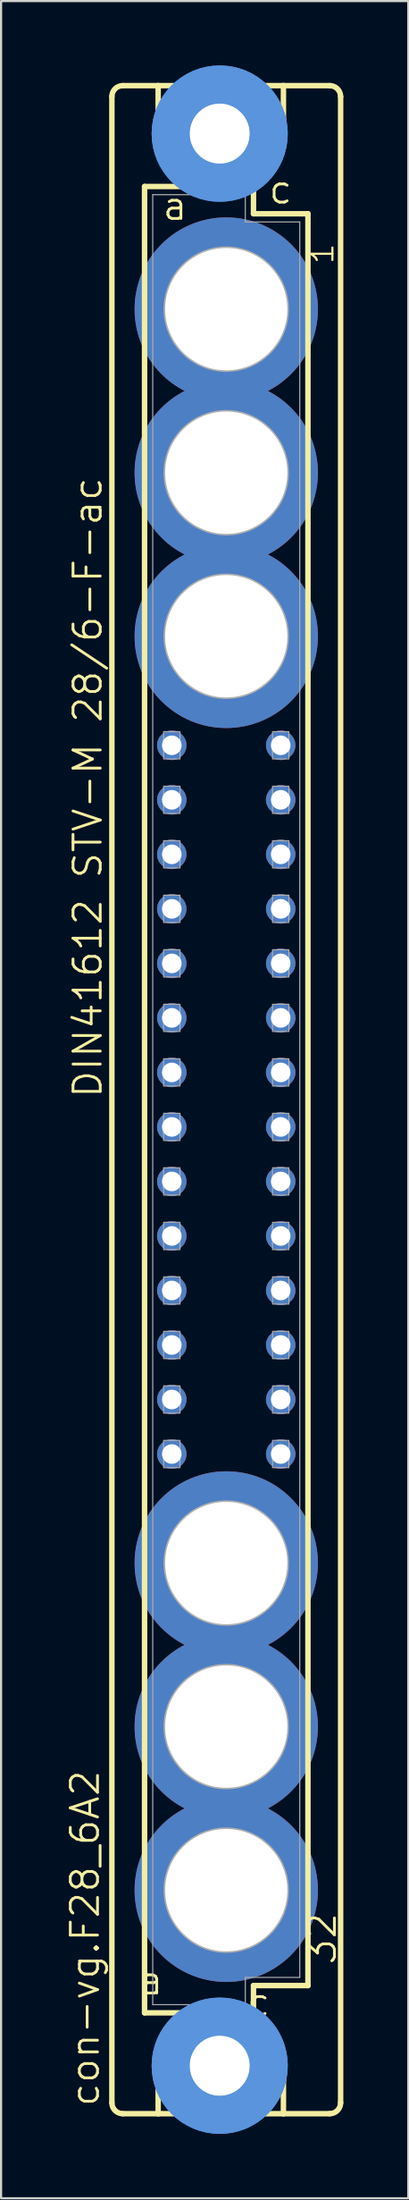
<source format=kicad_pcb>
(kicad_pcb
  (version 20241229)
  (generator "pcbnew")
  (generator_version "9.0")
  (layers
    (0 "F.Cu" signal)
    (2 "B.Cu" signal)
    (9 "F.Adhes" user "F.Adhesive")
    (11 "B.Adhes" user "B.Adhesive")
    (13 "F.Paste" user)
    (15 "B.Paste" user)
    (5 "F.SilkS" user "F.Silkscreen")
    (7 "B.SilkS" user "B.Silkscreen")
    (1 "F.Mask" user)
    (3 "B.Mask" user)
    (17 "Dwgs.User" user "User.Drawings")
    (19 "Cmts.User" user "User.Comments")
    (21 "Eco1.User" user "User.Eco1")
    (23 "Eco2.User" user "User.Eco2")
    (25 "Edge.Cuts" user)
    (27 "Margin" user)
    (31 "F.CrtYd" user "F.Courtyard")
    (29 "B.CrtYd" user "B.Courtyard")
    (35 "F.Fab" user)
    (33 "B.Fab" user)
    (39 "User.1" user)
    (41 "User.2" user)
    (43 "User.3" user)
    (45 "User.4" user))
  (footprint "con-vg.F28_6A2"
    (layer "F.Cu")
    (at 7.502 48.184)
    (property "Reference" "con-vg.F28_6A2" (at -5.842 46.99 90) (layer "F.SilkS") (effects (font (size 1.27 1.27) (thickness 0.13)) (justify left bottom)))
    (attr through_hole)
    (fp_line (start -5.334 46.736) (end -5.334 -46.736) (stroke (width 0.254) (type default)) (layer "F.SilkS"))
    (fp_line (start -4.826 -47.244) (end -3.175 -47.244) (stroke (width 0.254) (type default)) (layer "F.SilkS"))
    (fp_line (start -4.826 47.244) (end -3.175 47.244) (stroke (width 0.254) (type default)) (layer "F.SilkS"))
    (fp_line (start -3.81 -42.545) (end -3.81 42.545) (stroke (width 0.254) (type default)) (layer "F.SilkS"))
    (fp_line (start -3.81 42.545) (end -1.651 42.545) (stroke (width 0.254) (type default)) (layer "F.SilkS"))
    (fp_line (start -3.175 -47.244) (end -3.175 -44.45) (stroke (width 0.254) (type default)) (layer "F.SilkS"))
    (fp_line (start -3.175 47.244) (end -3.175 44.45) (stroke (width 0.254) (type default)) (layer "F.SilkS"))
    (fp_line (start -3.175 47.244) (end 2.667 47.244) (stroke (width 0.254) (type default)) (layer "F.SilkS"))
    (fp_line (start -1.651 -42.545) (end -3.81 -42.545) (stroke (width 0.254) (type default)) (layer "F.SilkS"))
    (fp_line (start -1.651 -42.545) (end -3.175 -44.45) (stroke (width 0.254) (type default)) (layer "F.SilkS"))
    (fp_line (start -1.651 42.545) (end -3.175 44.45) (stroke (width 0.254) (type default)) (layer "F.SilkS"))
    (fp_line (start -1.651 42.545) (end 1.143 42.545) (stroke (width 0.254) (type default)) (layer "F.SilkS"))
    (fp_line (start 1.143 -42.545) (end -1.651 -42.545) (stroke (width 0.254) (type default)) (layer "F.SilkS"))
    (fp_line (start 1.143 -42.545) (end 2.667 -44.45) (stroke (width 0.254) (type default)) (layer "F.SilkS"))
    (fp_line (start 1.143 42.545) (end 1.27 42.545) (stroke (width 0.254) (type default)) (layer "F.SilkS"))
    (fp_line (start 1.143 42.545) (end 2.667 44.45) (stroke (width 0.254) (type default)) (layer "F.SilkS"))
    (fp_line (start 1.27 -42.545) (end 1.143 -42.545) (stroke (width 0.254) (type default)) (layer "F.SilkS"))
    (fp_line (start 1.27 -41.275) (end 1.27 -42.545) (stroke (width 0.254) (type default)) (layer "F.SilkS"))
    (fp_line (start 1.27 41.275) (end 3.81 41.275) (stroke (width 0.254) (type default)) (layer "F.SilkS"))
    (fp_line (start 1.27 42.545) (end 1.27 41.275) (stroke (width 0.254) (type default)) (layer "F.SilkS"))
    (fp_line (start 2.667 -47.244) (end -3.175 -47.244) (stroke (width 0.254) (type default)) (layer "F.SilkS"))
    (fp_line (start 2.667 -47.244) (end 2.667 -44.45) (stroke (width 0.254) (type default)) (layer "F.SilkS"))
    (fp_line (start 2.667 47.244) (end 2.667 44.45) (stroke (width 0.254) (type default)) (layer "F.SilkS"))
    (fp_line (start 2.667 47.244) (end 4.826 47.244) (stroke (width 0.254) (type default)) (layer "F.SilkS"))
    (fp_line (start 3.81 -41.275) (end 1.27 -41.275) (stroke (width 0.254) (type default)) (layer "F.SilkS"))
    (fp_line (start 3.81 41.275) (end 3.81 -41.275) (stroke (width 0.254) (type default)) (layer "F.SilkS"))
    (fp_line (start 4.826 -47.244) (end 2.667 -47.244) (stroke (width 0.254) (type default)) (layer "F.SilkS"))
    (fp_line (start 5.334 46.736) (end 5.334 -46.736) (stroke (width 0.254) (type default)) (layer "F.SilkS"))
    (fp_arc (start -5.334 -46.736) (mid -5.18521 -47.09521) (end -4.826 -47.244) (stroke (width 0.254) (type default)) (layer "F.SilkS"))
    (fp_arc (start -4.826 47.244) (mid -5.18521 47.09521) (end -5.334 46.736) (stroke (width 0.254) (type default)) (layer "F.SilkS"))
    (fp_arc (start 4.826 -47.244) (mid 5.18521 -47.09521) (end 5.334 -46.736) (stroke (width 0.254) (type default)) (layer "F.SilkS"))
    (fp_arc (start 5.334 46.736) (mid 5.18521 47.09521) (end 4.826 47.244) (stroke (width 0.254) (type default)) (layer "F.SilkS"))
    (fp_circle (center -0.305 -45.009) (end 0.965 -45.009) (stroke (width 0.254) (type default)) (fill no) (layer "F.SilkS"))
    (fp_circle (center -0.305 45.009) (end 0.965 45.009) (stroke (width 0.254) (type default)) (fill no) (layer "F.SilkS"))
    (fp_circle (center -0.305 -45.009) (end 1.981 -45.009) (stroke (width 1.778) (type default)) (fill no) (layer "Cmts.User"))
    (fp_circle (center -0.305 -45.009) (end 1.981 -45.009) (stroke (width 1.778) (type default)) (fill no) (layer "Cmts.User"))
    (fp_circle (center -0.305 45.009) (end 1.981 45.009) (stroke (width 1.778) (type default)) (fill no) (layer "Cmts.User"))
    (fp_circle (center -0.305 45.009) (end 1.981 45.009) (stroke (width 1.778) (type default)) (fill no) (layer "Cmts.User"))
    (fp_line (start -3.429 -42.164) (end -3.429 42.164) (stroke (width 0.051) (type default)) (layer "F.Fab"))
    (fp_line (start -3.429 -42.164) (end 0.889 -42.164) (stroke (width 0.051) (type default)) (layer "F.Fab"))
    (fp_line (start -3.429 42.164) (end 0.889 42.164) (stroke (width 0.051) (type default)) (layer "F.Fab"))
    (fp_line (start 0.889 -42.164) (end 0.889 -40.894) (stroke (width 0.051) (type default)) (layer "F.Fab"))
    (fp_line (start 0.889 -40.894) (end 3.429 -40.894) (stroke (width 0.051) (type default)) (layer "F.Fab"))
    (fp_line (start 0.889 40.894) (end 3.429 40.894) (stroke (width 0.051) (type default)) (layer "F.Fab"))
    (fp_line (start 0.889 42.164) (end 0.889 40.894) (stroke (width 0.051) (type default)) (layer "F.Fab"))
    (fp_line (start 3.429 -40.894) (end 3.429 40.894) (stroke (width 0.051) (type default)) (layer "F.Fab"))
    (fp_rect (start -2.921 -15.875) (end -2.159 -17.145) (stroke (width 0.05) (type default)) (fill no) (layer "F.Fab"))
    (fp_rect (start -2.921 -13.335) (end -2.159 -14.605) (stroke (width 0.05) (type default)) (fill no) (layer "F.Fab"))
    (fp_rect (start -2.921 -10.795) (end -2.159 -12.065) (stroke (width 0.05) (type default)) (fill no) (layer "F.Fab"))
    (fp_rect (start -2.921 -8.255) (end -2.159 -9.525) (stroke (width 0.05) (type default)) (fill no) (layer "F.Fab"))
    (fp_rect (start -2.921 -5.715) (end -2.159 -6.985) (stroke (width 0.05) (type default)) (fill no) (layer "F.Fab"))
    (fp_rect (start -2.921 -3.175) (end -2.159 -4.445) (stroke (width 0.05) (type default)) (fill no) (layer "F.Fab"))
    (fp_rect (start -2.921 -0.635) (end -2.159 -1.905) (stroke (width 0.05) (type default)) (fill no) (layer "F.Fab"))
    (fp_rect (start -2.921 1.905) (end -2.159 0.635) (stroke (width 0.05) (type default)) (fill no) (layer "F.Fab"))
    (fp_rect (start -2.921 4.445) (end -2.159 3.175) (stroke (width 0.05) (type default)) (fill no) (layer "F.Fab"))
    (fp_rect (start -2.921 6.985) (end -2.159 5.715) (stroke (width 0.05) (type default)) (fill no) (layer "F.Fab"))
    (fp_rect (start -2.921 9.525) (end -2.159 8.255) (stroke (width 0.05) (type default)) (fill no) (layer "F.Fab"))
    (fp_rect (start -2.921 12.065) (end -2.159 10.795) (stroke (width 0.05) (type default)) (fill no) (layer "F.Fab"))
    (fp_rect (start -2.921 14.605) (end -2.159 13.335) (stroke (width 0.05) (type default)) (fill no) (layer "F.Fab"))
    (fp_rect (start -2.921 17.145) (end -2.159 15.875) (stroke (width 0.05) (type default)) (fill no) (layer "F.Fab"))
    (fp_rect (start 2.159 -15.875) (end 2.921 -17.145) (stroke (width 0.05) (type default)) (fill no) (layer "F.Fab"))
    (fp_rect (start 2.159 -13.335) (end 2.921 -14.605) (stroke (width 0.05) (type default)) (fill no) (layer "F.Fab"))
    (fp_rect (start 2.159 -10.795) (end 2.921 -12.065) (stroke (width 0.05) (type default)) (fill no) (layer "F.Fab"))
    (fp_rect (start 2.159 -8.255) (end 2.921 -9.525) (stroke (width 0.05) (type default)) (fill no) (layer "F.Fab"))
    (fp_rect (start 2.159 -5.715) (end 2.921 -6.985) (stroke (width 0.05) (type default)) (fill no) (layer "F.Fab"))
    (fp_rect (start 2.159 -3.175) (end 2.921 -4.445) (stroke (width 0.05) (type default)) (fill no) (layer "F.Fab"))
    (fp_rect (start 2.159 -0.635) (end 2.921 -1.905) (stroke (width 0.05) (type default)) (fill no) (layer "F.Fab"))
    (fp_rect (start 2.159 1.905) (end 2.921 0.635) (stroke (width 0.05) (type default)) (fill no) (layer "F.Fab"))
    (fp_rect (start 2.159 4.445) (end 2.921 3.175) (stroke (width 0.05) (type default)) (fill no) (layer "F.Fab"))
    (fp_rect (start 2.159 6.985) (end 2.921 5.715) (stroke (width 0.05) (type default)) (fill no) (layer "F.Fab"))
    (fp_rect (start 2.159 9.525) (end 2.921 8.255) (stroke (width 0.05) (type default)) (fill no) (layer "F.Fab"))
    (fp_rect (start 2.159 12.065) (end 2.921 10.795) (stroke (width 0.05) (type default)) (fill no) (layer "F.Fab"))
    (fp_rect (start 2.159 14.605) (end 2.921 13.335) (stroke (width 0.05) (type default)) (fill no) (layer "F.Fab"))
    (fp_rect (start 2.159 17.145) (end 2.921 15.875) (stroke (width 0.05) (type default)) (fill no) (layer "F.Fab"))
    (fp_circle (center 0 -36.83) (end 2.794 -36.83) (stroke (width 0.254) (type default)) (fill no) (layer "F.Fab"))
    (fp_circle (center 0 -29.21) (end 2.794 -29.21) (stroke (width 0.254) (type default)) (fill no) (layer "F.Fab"))
    (fp_circle (center 0 -21.59) (end 2.794 -21.59) (stroke (width 0.254) (type default)) (fill no) (layer "F.Fab"))
    (fp_circle (center 0 21.59) (end 2.794 21.59) (stroke (width 0.254) (type default)) (fill no) (layer "F.Fab"))
    (fp_circle (center 0 29.21) (end 2.794 29.21) (stroke (width 0.254) (type default)) (fill no) (layer "F.Fab"))
    (fp_circle (center 0 36.83) (end 2.794 36.83) (stroke (width 0.254) (type default)) (fill no) (layer "F.Fab"))
    (fp_text user "32" (at 5.207 40.386 90) (layer "F.SilkS") (effects (font (size 1.27 1.27) (thickness 0.13)) (justify left bottom)))
    (fp_text user "a " (at -4.175 41.783 0) (layer "F.SilkS") (effects (font (size 1.27 1.27) (thickness 0.13)) (justify left bottom)))
    (fp_text user "c" (at 1.905 -41.656 0) (layer "F.SilkS") (effects (font (size 1.27 1.27) (thickness 0.13)) (justify left bottom)))
    (fp_text user "a" (at -3.048 -40.894 0) (layer "F.SilkS") (effects (font (size 1.27 1.27) (thickness 0.13)) (justify left bottom)))
    (fp_text user "1" (at 5.08 -38.862 90) (layer "F.SilkS") (effects (font (size 1.016 1.016) (thickness 0.1)) (justify left bottom)))
    (fp_text user "DIN41612 STV-M 28/6-F-ac" (at -5.715 0 90) (layer "F.SilkS") (effects (font (size 1.27 1.27) (thickness 0.13)) (justify left bottom)))
    (fp_text user "c " (at 0.878 42.799 0) (layer "F.SilkS") (effects (font (size 1.27 1.27) (thickness 0.13)) (justify left bottom)))
    (pad "" np_thru_hole circle (at -0.305 -45.009) (size 2.794 2.794) (drill 2.794) (layers "*.Cu" "*.Mask"))
    (pad "" np_thru_hole circle (at -0.305 45.009) (size 2.794 2.794) (drill 2.794) (layers "*.Cu" "*.Mask"))
    (pad "1" thru_hole circle (at 0 -36.83) (size 8.55 8.55) (drill 5.7) (layers "*.Cu" "*.Mask"))
    (pad "2" thru_hole circle (at 0 -29.21) (size 8.55 8.55) (drill 5.7) (layers "*.Cu" "*.Mask"))
    (pad "3" thru_hole circle (at 0 -21.59) (size 8.55 8.55) (drill 5.7) (layers "*.Cu" "*.Mask"))
    (pad "4" thru_hole circle (at 0 21.59) (size 8.55 8.55) (drill 5.7) (layers "*.Cu" "*.Mask"))
    (pad "5" thru_hole circle (at 0 29.21) (size 8.55 8.55) (drill 5.7) (layers "*.Cu" "*.Mask"))
    (pad "6" thru_hole circle (at 0 36.83) (size 8.55 8.55) (drill 5.7) (layers "*.Cu" "*.Mask"))
    (pad "A10" thru_hole circle (at -2.54 -16.51) (size 1.372 1.372) (drill 0.914) (layers "*.Cu" "*.Mask"))
    (pad "A11" thru_hole circle (at -2.54 -13.97) (size 1.372 1.372) (drill 0.914) (layers "*.Cu" "*.Mask"))
    (pad "A12" thru_hole circle (at -2.54 -11.43) (size 1.372 1.372) (drill 0.914) (layers "*.Cu" "*.Mask"))
    (pad "A13" thru_hole circle (at -2.54 -8.89) (size 1.372 1.372) (drill 0.914) (layers "*.Cu" "*.Mask"))
    (pad "A14" thru_hole circle (at -2.54 -6.35) (size 1.372 1.372) (drill 0.914) (layers "*.Cu" "*.Mask"))
    (pad "A15" thru_hole circle (at -2.54 -3.81) (size 1.372 1.372) (drill 0.914) (layers "*.Cu" "*.Mask"))
    (pad "A16" thru_hole circle (at -2.54 -1.27) (size 1.372 1.372) (drill 0.914) (layers "*.Cu" "*.Mask"))
    (pad "A17" thru_hole circle (at -2.54 1.27) (size 1.372 1.372) (drill 0.914) (layers "*.Cu" "*.Mask"))
    (pad "A18" thru_hole circle (at -2.54 3.81) (size 1.372 1.372) (drill 0.914) (layers "*.Cu" "*.Mask"))
    (pad "A19" thru_hole circle (at -2.54 6.35) (size 1.372 1.372) (drill 0.914) (layers "*.Cu" "*.Mask"))
    (pad "A20" thru_hole circle (at -2.54 8.89) (size 1.372 1.372) (drill 0.914) (layers "*.Cu" "*.Mask"))
    (pad "A21" thru_hole circle (at -2.54 11.43) (size 1.372 1.372) (drill 0.914) (layers "*.Cu" "*.Mask"))
    (pad "A22" thru_hole circle (at -2.54 13.97) (size 1.372 1.372) (drill 0.914) (layers "*.Cu" "*.Mask"))
    (pad "A23" thru_hole circle (at -2.54 16.51) (size 1.372 1.372) (drill 0.914) (layers "*.Cu" "*.Mask"))
    (pad "C10" thru_hole circle (at 2.54 -16.51) (size 1.372 1.372) (drill 0.914) (layers "*.Cu" "*.Mask"))
    (pad "C11" thru_hole circle (at 2.54 -13.97) (size 1.372 1.372) (drill 0.914) (layers "*.Cu" "*.Mask"))
    (pad "C12" thru_hole circle (at 2.54 -11.43) (size 1.372 1.372) (drill 0.914) (layers "*.Cu" "*.Mask"))
    (pad "C13" thru_hole circle (at 2.54 -8.89) (size 1.372 1.372) (drill 0.914) (layers "*.Cu" "*.Mask"))
    (pad "C14" thru_hole circle (at 2.54 -6.35) (size 1.372 1.372) (drill 0.914) (layers "*.Cu" "*.Mask"))
    (pad "C15" thru_hole circle (at 2.54 -3.81) (size 1.372 1.372) (drill 0.914) (layers "*.Cu" "*.Mask"))
    (pad "C16" thru_hole circle (at 2.54 -1.27) (size 1.372 1.372) (drill 0.914) (layers "*.Cu" "*.Mask"))
    (pad "C17" thru_hole circle (at 2.54 1.27) (size 1.372 1.372) (drill 0.914) (layers "*.Cu" "*.Mask"))
    (pad "C18" thru_hole circle (at 2.54 3.81) (size 1.372 1.372) (drill 0.914) (layers "*.Cu" "*.Mask"))
    (pad "C19" thru_hole circle (at 2.54 6.35) (size 1.372 1.372) (drill 0.914) (layers "*.Cu" "*.Mask"))
    (pad "C20" thru_hole circle (at 2.54 8.89) (size 1.372 1.372) (drill 0.914) (layers "*.Cu" "*.Mask"))
    (pad "C21" thru_hole circle (at 2.54 11.43) (size 1.372 1.372) (drill 0.914) (layers "*.Cu" "*.Mask"))
    (pad "C22" thru_hole circle (at 2.54 13.97) (size 1.372 1.372) (drill 0.914) (layers "*.Cu" "*.Mask"))
    (pad "C23" thru_hole circle (at 2.54 16.51) (size 1.372 1.372) (drill 0.914) (layers "*.Cu" "*.Mask")))
  (gr_rect
    (start -3 -3)
    (end 15.991 99.368)
    (stroke (width 0.1) (type default))
    (fill no)
    (layer "Edge.Cuts")))
</source>
